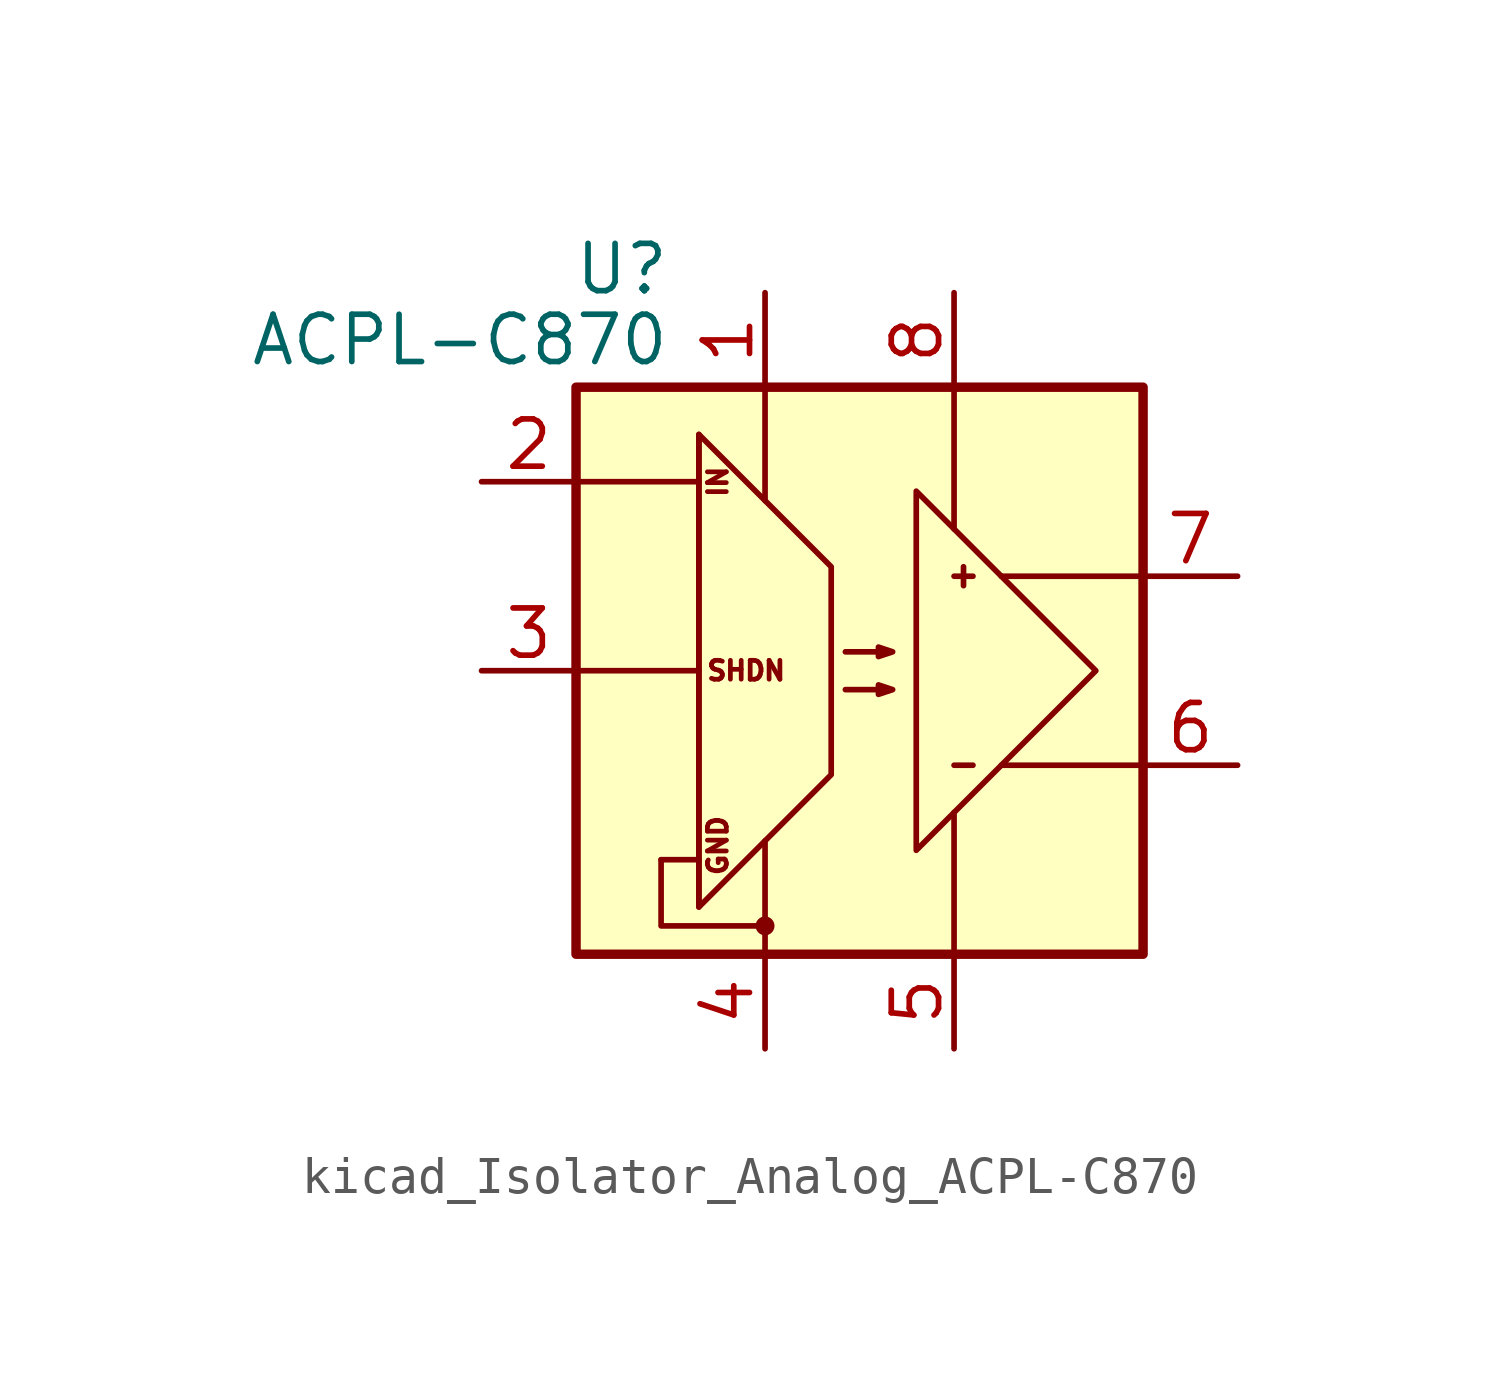
<source format=kicad_sym>
(kicad_symbol_lib
  (version 20220914)
  (generator kicad_symbol_editor)
  (symbol "kicad_Isolator_Analog_ACPL-C870"
    (pin_names
      (offset 0) hide)
    (property "Reference" "U"
      (at -5.08 10.795 0)
      (effects (font (size 1.27 1.27)) (justify right)))
    (property "Value" "ACPL-C870"
      (at -5.08 8.89 0)
      (effects (font (size 1.27 1.27)) (justify right)))
    (symbol "kicad_Isolator_Analog_ACPL-C870_0_0"
      (circle (center -2.54 -6.858) (radius 0.178) (stroke (width 0) (type default)) (fill (type outline)))
      (polyline (pts (xy -7.62 0) (xy -4.318 0)) (stroke (width 0) (type default)) (fill (type none)))
      (polyline (pts (xy -4.318 -5.08) (xy -5.334 -5.08)) (stroke (width 0) (type default)) (fill (type none)))
      (polyline (pts (xy -5.334 -5.08) (xy -5.334 -6.858) (xy -2.54 -6.858)) (stroke (width 0) (type default)) (fill (type none)))
      (text "GND" (at -3.81 -4.699 900) (effects (font (size 0.508 0.508))))
      (text "IN" (at -3.81 5.08 900) (effects (font (size 0.508 0.508))))
      (text "SHDN" (at -3.048 0 0) (effects (font (size 0.508 0.508)))))
    (symbol "kicad_Isolator_Analog_ACPL-C870_0_1"
      (rectangle (start -7.62 7.62) (end 7.62 -7.62) (stroke (width 0.254) (type default)) (fill (type background)))
      (polyline (pts (xy -7.62 5.08) (xy -4.318 5.08)) (stroke (width 0) (type default)) (fill (type none)))
      (polyline (pts (xy -4.318 6.35) (xy -4.318 -6.35)) (stroke (width 0) (type default)) (fill (type none)))
      (polyline (pts (xy -2.54 -7.62) (xy -2.54 -4.572)) (stroke (width 0) (type default)) (fill (type none)))
      (polyline (pts (xy -2.54 7.62) (xy -2.54 4.572)) (stroke (width 0) (type default)) (fill (type none)))
      (polyline (pts (xy 2.54 -7.62) (xy 2.54 -3.81)) (stroke (width 0) (type default)) (fill (type none)))
      (polyline (pts (xy 2.54 7.62) (xy 2.54 3.81)) (stroke (width 0) (type default)) (fill (type none)))
      (polyline (pts (xy 2.794 2.794) (xy 2.794 2.286)) (stroke (width 0) (type default)) (fill (type none)))
      (polyline (pts (xy 3.048 -2.54) (xy 2.54 -2.54)) (stroke (width 0) (type default)) (fill (type none)))
      (polyline (pts (xy 3.048 2.54) (xy 2.54 2.54)) (stroke (width 0) (type default)) (fill (type none)))
      (polyline (pts (xy 7.62 -2.54) (xy 3.81 -2.54)) (stroke (width 0) (type default)) (fill (type none)))
      (polyline (pts (xy 7.62 2.54) (xy 3.81 2.54)) (stroke (width 0) (type default)) (fill (type none)))
      (polyline (pts (xy 6.35 0) (xy 1.524 -4.826) (xy 1.524 4.826) (xy 6.35 0)) (stroke (width 0) (type default)) (fill (type none)))
      (polyline (pts (xy -4.318 -6.35) (xy -0.762 -2.794) (xy -0.762 2.794) (xy -4.318 6.35) (xy -4.318 -6.35)) (stroke (width 0) (type default)) (fill (type none)))
      (polyline (pts (xy -0.381 -0.508) (xy 0.889 -0.508) (xy 0.508 -0.635) (xy 0.508 -0.381) (xy 0.889 -0.508)) (stroke (width 0) (type default)) (fill (type none)))
      (polyline (pts (xy -0.381 0.508) (xy 0.889 0.508) (xy 0.508 0.381) (xy 0.508 0.635) (xy 0.889 0.508)) (stroke (width 0) (type default)) (fill (type none))))
    (symbol "kicad_Isolator_Analog_ACPL-C870_1_1"
      (pin power_in line (at -2.54 10.16 270) (length 2.54) (name "VDD1" (effects (font (size 1.27 1.27)))) (number "1" (effects (font (size 1.27 1.27)))))
      (pin input line (at -10.16 5.08 0) (length 2.54) (name "IN" (effects (font (size 1.27 1.27)))) (number "2" (effects (font (size 1.27 1.27)))))
      (pin input line (at -10.16 0 0) (length 2.54) (name "IN-" (effects (font (size 1.27 1.27)))) (number "3" (effects (font (size 1.27 1.27)))))
      (pin power_in line (at -2.54 -10.16 90) (length 2.54) (name "GND1" (effects (font (size 1.27 1.27)))) (number "4" (effects (font (size 1.27 1.27)))))
      (pin power_in line (at 2.54 -10.16 90) (length 2.54) (name "GND2" (effects (font (size 1.27 1.27)))) (number "5" (effects (font (size 1.27 1.27)))))
      (pin output line (at 10.16 -2.54 180) (length 2.54) (name "OUT-" (effects (font (size 1.27 1.27)))) (number "6" (effects (font (size 1.27 1.27)))))
      (pin output line (at 10.16 2.54 180) (length 2.54) (name "OUT+" (effects (font (size 1.27 1.27)))) (number "7" (effects (font (size 1.27 1.27)))))
      (pin power_in line (at 2.54 10.16 270) (length 2.54) (name "VDD2" (effects (font (size 1.27 1.27)))) (number "8" (effects (font (size 1.27 1.27))))))))
</source>
